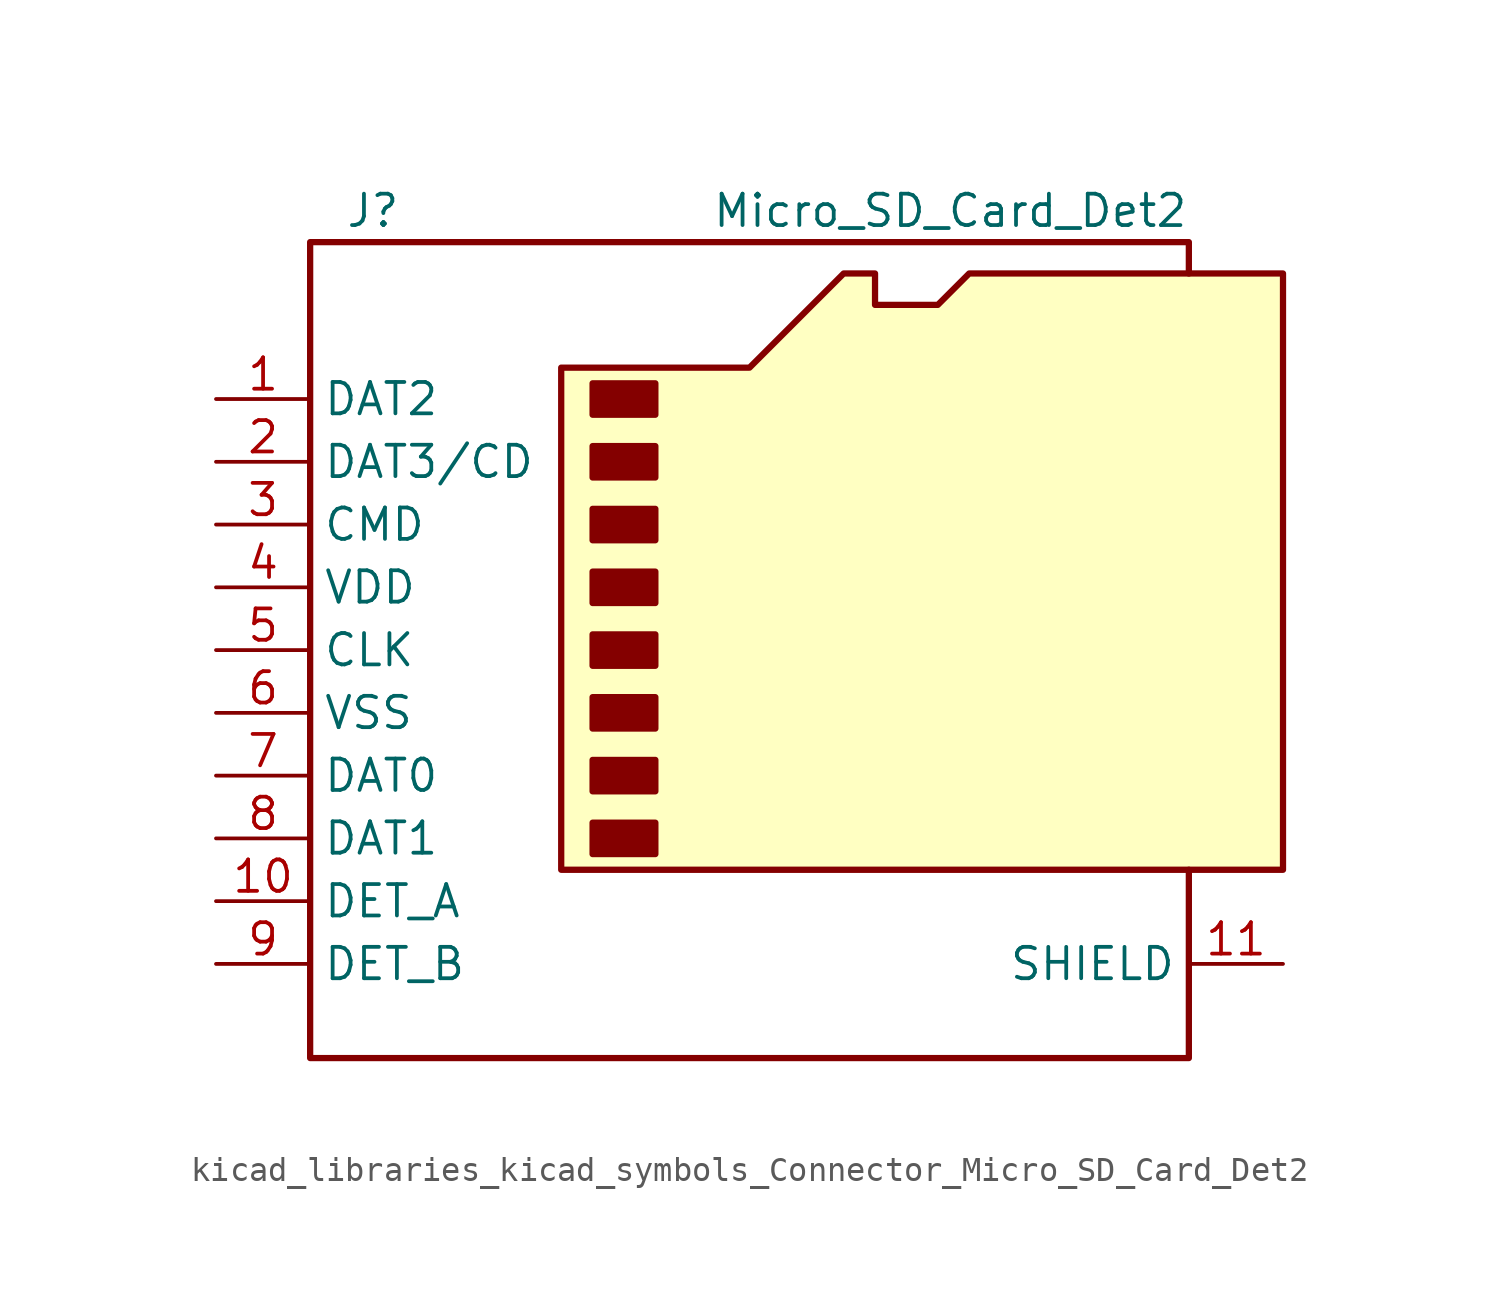
<source format=kicad_sym>
(kicad_symbol_lib
  (version 20220914)
  (generator kicad_symbol_editor)
  (symbol "kicad_libraries_kicad_symbols_Connector_Micro_SD_Card_Det2"
    (property "Reference" "J"
      (at -16.51 17.78 0)
      (effects (font (size 1.27 1.27))))
    (property "Value" "Micro_SD_Card_Det2"
      (at 16.51 17.78 0)
      (effects (font (size 1.27 1.27)) (justify right)))
    (symbol "kicad_libraries_kicad_symbols_Connector_Micro_SD_Card_Det2_0_1"
      (rectangle (start -7.62 -6.985) (end -5.08 -8.255) (stroke (width 0.254) (type default)) (fill (type outline)))
      (rectangle (start -7.62 -4.445) (end -5.08 -5.715) (stroke (width 0.254) (type default)) (fill (type outline)))
      (rectangle (start -7.62 -1.905) (end -5.08 -3.175) (stroke (width 0.254) (type default)) (fill (type outline)))
      (rectangle (start -7.62 0.635) (end -5.08 -0.635) (stroke (width 0.254) (type default)) (fill (type outline)))
      (rectangle (start -7.62 3.175) (end -5.08 1.905) (stroke (width 0.254) (type default)) (fill (type outline)))
      (rectangle (start -7.62 5.715) (end -5.08 4.445) (stroke (width 0.254) (type default)) (fill (type outline)))
      (rectangle (start -7.62 8.255) (end -5.08 6.985) (stroke (width 0.254) (type default)) (fill (type outline)))
      (rectangle (start -7.62 10.795) (end -5.08 9.525) (stroke (width 0.254) (type default)) (fill (type outline)))
      (polyline (pts (xy 16.51 15.24) (xy 16.51 16.51) (xy -19.05 16.51) (xy -19.05 -16.51) (xy 16.51 -16.51) (xy 16.51 -8.89)) (stroke (width 0.254) (type default)) (fill (type none)))
      (polyline (pts (xy -8.89 -8.89) (xy -8.89 11.43) (xy -1.27 11.43) (xy 2.54 15.24) (xy 3.81 15.24) (xy 3.81 13.97) (xy 6.35 13.97) (xy 7.62 15.24) (xy 20.32 15.24) (xy 20.32 -8.89) (xy -8.89 -8.89)) (stroke (width 0.254) (type default)) (fill (type background))))
    (symbol "kicad_libraries_kicad_symbols_Connector_Micro_SD_Card_Det2_1_1"
      (pin bidirectional line (at -22.86 10.16 0) (length 3.81) (name "DAT2" (effects (font (size 1.27 1.27)))) (number "1" (effects (font (size 1.27 1.27)))))
      (pin passive line (at -22.86 -10.16 0) (length 3.81) (name "DET_A" (effects (font (size 1.27 1.27)))) (number "10" (effects (font (size 1.27 1.27)))))
      (pin passive line (at 20.32 -12.7 180) (length 3.81) (name "SHIELD" (effects (font (size 1.27 1.27)))) (number "11" (effects (font (size 1.27 1.27)))))
      (pin bidirectional line (at -22.86 7.62 0) (length 3.81) (name "DAT3/CD" (effects (font (size 1.27 1.27)))) (number "2" (effects (font (size 1.27 1.27)))))
      (pin input line (at -22.86 5.08 0) (length 3.81) (name "CMD" (effects (font (size 1.27 1.27)))) (number "3" (effects (font (size 1.27 1.27)))))
      (pin power_in line (at -22.86 2.54 0) (length 3.81) (name "VDD" (effects (font (size 1.27 1.27)))) (number "4" (effects (font (size 1.27 1.27)))))
      (pin input line (at -22.86 0 0) (length 3.81) (name "CLK" (effects (font (size 1.27 1.27)))) (number "5" (effects (font (size 1.27 1.27)))))
      (pin power_in line (at -22.86 -2.54 0) (length 3.81) (name "VSS" (effects (font (size 1.27 1.27)))) (number "6" (effects (font (size 1.27 1.27)))))
      (pin bidirectional line (at -22.86 -5.08 0) (length 3.81) (name "DAT0" (effects (font (size 1.27 1.27)))) (number "7" (effects (font (size 1.27 1.27)))))
      (pin bidirectional line (at -22.86 -7.62 0) (length 3.81) (name "DAT1" (effects (font (size 1.27 1.27)))) (number "8" (effects (font (size 1.27 1.27)))))
      (pin passive line (at -22.86 -12.7 0) (length 3.81) (name "DET_B" (effects (font (size 1.27 1.27)))) (number "9" (effects (font (size 1.27 1.27))))))))
</source>
